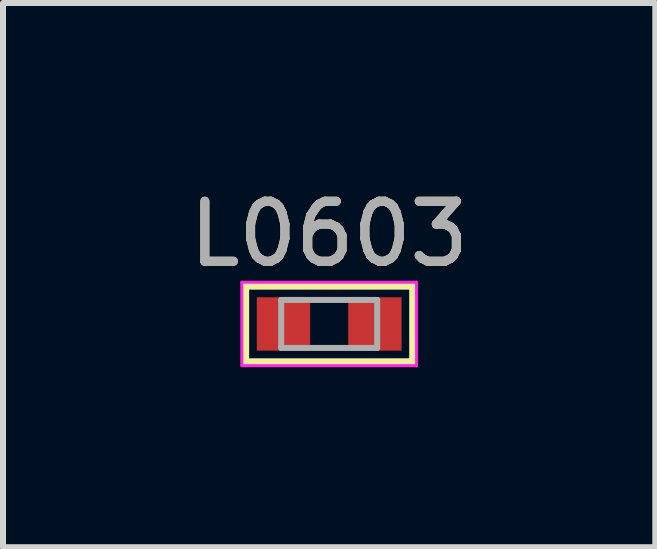
<source format=kicad_pcb>
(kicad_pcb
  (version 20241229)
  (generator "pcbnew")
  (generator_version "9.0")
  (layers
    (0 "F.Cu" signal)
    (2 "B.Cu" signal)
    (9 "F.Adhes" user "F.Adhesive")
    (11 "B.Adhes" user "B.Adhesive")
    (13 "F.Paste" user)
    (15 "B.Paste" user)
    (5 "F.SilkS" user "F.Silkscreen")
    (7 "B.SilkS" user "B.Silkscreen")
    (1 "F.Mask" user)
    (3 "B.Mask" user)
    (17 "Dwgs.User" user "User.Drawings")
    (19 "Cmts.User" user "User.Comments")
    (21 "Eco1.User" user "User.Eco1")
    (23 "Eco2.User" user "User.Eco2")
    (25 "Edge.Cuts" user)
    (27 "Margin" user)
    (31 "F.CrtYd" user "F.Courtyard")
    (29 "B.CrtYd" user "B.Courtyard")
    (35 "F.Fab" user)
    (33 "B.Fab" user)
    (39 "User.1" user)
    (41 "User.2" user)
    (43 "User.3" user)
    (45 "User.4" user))
  (footprint "L0603"
    (layer "F.Cu")
    (at 2.435 2.348)
    (property "Reference" "L0603" (at 0 -1.5 0) (layer "F.SilkS") (effects (font (size 1 1) (thickness 0.15))))
    (attr smd)
    (fp_line (start -1.397 -0.635) (end 1.397 -0.635) (stroke (width 0.127) (type solid)) (layer "F.SilkS"))
    (fp_line (start -1.397 0.635) (end -1.397 -0.635) (stroke (width 0.127) (type solid)) (layer "F.SilkS"))
    (fp_line (start 1.397 -0.635) (end 1.397 0.635) (stroke (width 0.127) (type solid)) (layer "F.SilkS"))
    (fp_line (start 1.397 0.635) (end -1.397 0.635) (stroke (width 0.127) (type solid)) (layer "F.SilkS"))
    (fp_line (start -1.456 -0.695) (end 1.456 -0.695) (stroke (width 0.05) (type solid)) (layer "F.CrtYd"))
    (fp_line (start -1.456 0.695) (end -1.456 -0.695) (stroke (width 0.05) (type solid)) (layer "F.CrtYd"))
    (fp_line (start 1.456 -0.695) (end 1.456 0.695) (stroke (width 0.05) (type solid)) (layer "F.CrtYd"))
    (fp_line (start 1.456 0.695) (end -1.456 0.695) (stroke (width 0.05) (type solid)) (layer "F.CrtYd"))
    (fp_line (start -0.8 -0.4) (end 0.8 -0.4) (stroke (width 0.1) (type solid)) (layer "F.Fab"))
    (fp_line (start -0.8 0.4) (end -0.8 -0.4) (stroke (width 0.1) (type solid)) (layer "F.Fab"))
    (fp_line (start 0.8 -0.4) (end 0.8 0.4) (stroke (width 0.1) (type solid)) (layer "F.Fab"))
    (fp_line (start 0.8 0.4) (end -0.8 0.4) (stroke (width 0.1) (type solid)) (layer "F.Fab"))
    (fp_text user "${REFERENCE}" (at 0 -1.5 0) (layer "F.Fab") (effects (font (size 1 1) (thickness 0.15))))
    (pad "1" smd rect (at -0.762 0) (size 0.889 0.889) (layers "F.Cu" "F.Mask" "F.Paste"))
    (pad "2" smd rect (at 0.762 0) (size 0.889 0.889) (layers "F.Cu" "F.Mask" "F.Paste")))
  (gr_rect
    (start -3 -3)
    (end 7.869 6.068)
    (stroke (width 0.1) (type default))
    (fill no)
    (layer "Edge.Cuts")))
</source>
